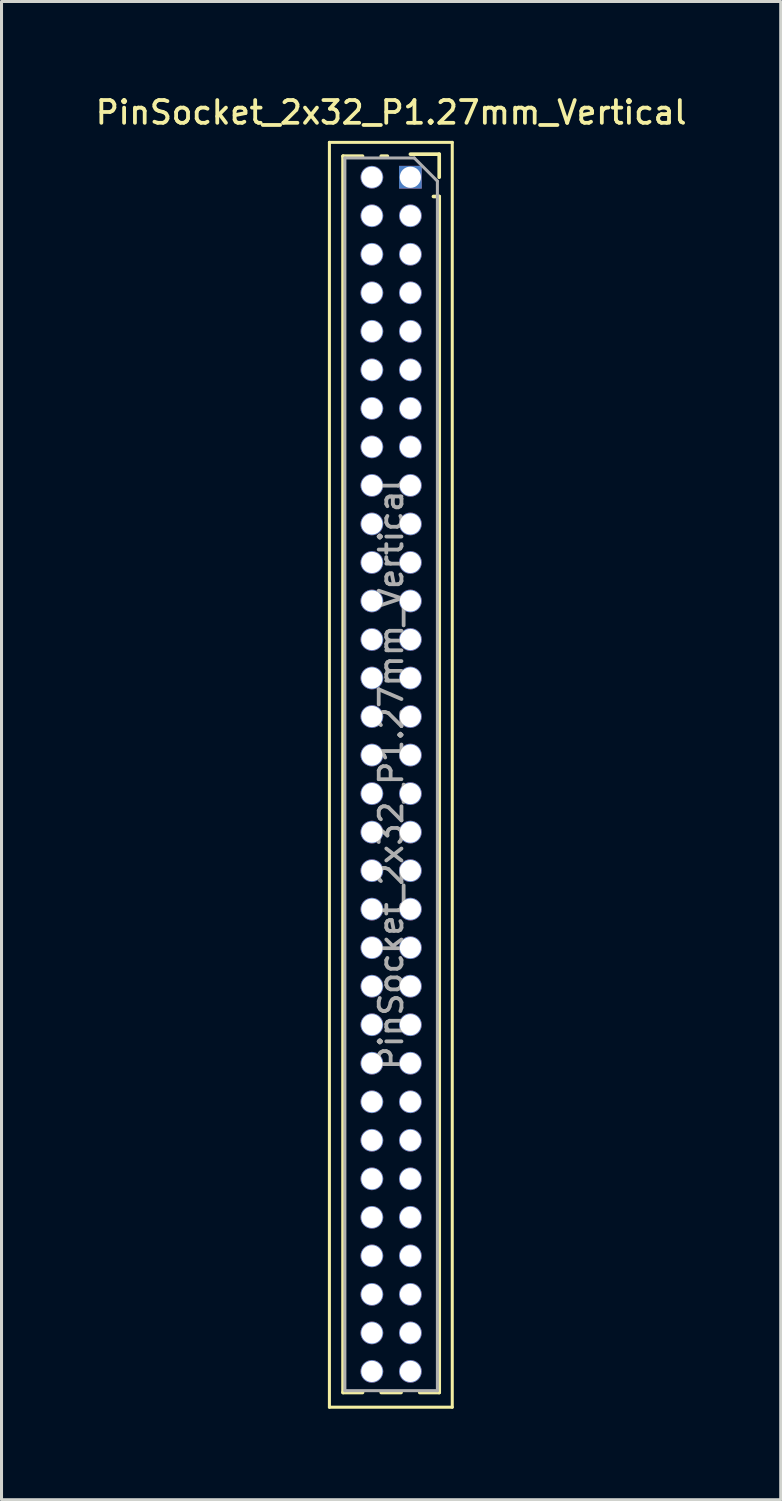
<source format=kicad_pcb>
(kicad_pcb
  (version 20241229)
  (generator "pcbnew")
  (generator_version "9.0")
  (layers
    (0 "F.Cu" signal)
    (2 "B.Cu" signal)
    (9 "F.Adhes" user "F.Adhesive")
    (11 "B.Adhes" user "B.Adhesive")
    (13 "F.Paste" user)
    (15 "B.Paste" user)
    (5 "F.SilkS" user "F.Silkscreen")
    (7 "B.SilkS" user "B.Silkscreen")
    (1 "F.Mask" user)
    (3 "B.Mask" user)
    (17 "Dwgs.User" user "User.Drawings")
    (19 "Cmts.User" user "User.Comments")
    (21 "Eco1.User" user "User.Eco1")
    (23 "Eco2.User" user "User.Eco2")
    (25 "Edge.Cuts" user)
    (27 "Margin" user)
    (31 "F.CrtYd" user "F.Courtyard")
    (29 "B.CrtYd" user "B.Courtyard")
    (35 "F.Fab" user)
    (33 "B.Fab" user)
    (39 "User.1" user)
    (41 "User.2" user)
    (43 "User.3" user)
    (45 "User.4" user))
  (footprint "PinSocket_2x32_P1.27mm_Vertical"
    (layer "F.Cu")
    (at 10.48 2.793)
    (property "Reference" "PinSocket_2x32_P1.27mm_Vertical" (at -0.635 -2.135 0) (layer "F.SilkS") (effects (font (size 0.75 0.75) (thickness 0.125))))
    (attr through_hole)
    (fp_line (start -2.67 -1.15) (end 1.38 -1.15) (stroke (width 0.1) (type solid)) (layer "F.SilkS"))
    (fp_line (start -2.67 40.55) (end -2.67 -1.15) (stroke (width 0.1) (type solid)) (layer "F.SilkS"))
    (fp_line (start -2.22 -0.695) (end -2.22 40.065) (stroke (width 0.12) (type solid)) (layer "F.SilkS"))
    (fp_line (start -2.22 -0.695) (end -1.578 -0.695) (stroke (width 0.12) (type solid)) (layer "F.SilkS"))
    (fp_line (start -2.22 40.065) (end -1.578 40.065) (stroke (width 0.12) (type solid)) (layer "F.SilkS"))
    (fp_line (start -0.962 -0.695) (end -0.76 -0.695) (stroke (width 0.12) (type solid)) (layer "F.SilkS"))
    (fp_line (start -0.962 40.065) (end -0.308 40.065) (stroke (width 0.12) (type solid)) (layer "F.SilkS"))
    (fp_line (start 0 -0.76) (end 0.95 -0.76) (stroke (width 0.12) (type solid)) (layer "F.SilkS"))
    (fp_line (start 0.308 40.065) (end 0.95 40.065) (stroke (width 0.12) (type solid)) (layer "F.SilkS"))
    (fp_line (start 0.76 0.635) (end 0.95 0.635) (stroke (width 0.12) (type solid)) (layer "F.SilkS"))
    (fp_line (start 0.95 -0.76) (end 0.95 0) (stroke (width 0.12) (type solid)) (layer "F.SilkS"))
    (fp_line (start 0.95 0.635) (end 0.95 40.065) (stroke (width 0.12) (type solid)) (layer "F.SilkS"))
    (fp_line (start 1.38 -1.15) (end 1.38 40.55) (stroke (width 0.1) (type solid)) (layer "F.SilkS"))
    (fp_line (start 1.38 40.55) (end -2.67 40.55) (stroke (width 0.1) (type solid)) (layer "F.SilkS"))
    (fp_line (start -2.16 -0.635) (end 0.128 -0.635) (stroke (width 0.1) (type solid)) (layer "F.Fab"))
    (fp_line (start -2.16 40.005) (end -2.16 -0.635) (stroke (width 0.1) (type solid)) (layer "F.Fab"))
    (fp_line (start 0.128 -0.635) (end 0.89 0.128) (stroke (width 0.1) (type solid)) (layer "F.Fab"))
    (fp_line (start 0.89 0.128) (end 0.89 40.005) (stroke (width 0.1) (type solid)) (layer "F.Fab"))
    (fp_line (start 0.89 40.005) (end -2.16 40.005) (stroke (width 0.1) (type solid)) (layer "F.Fab"))
    (fp_text user "${REFERENCE}" (at -0.635 19.685 90) (layer "F.Fab") (effects (font (size 0.75 0.75) (thickness 0.125))))
    (pad "1" thru_hole rect (at 0 0) (size 0.75 0.75) (drill 0.7) (layers "*.Cu" "*.Mask"))
    (pad "2" thru_hole oval (at -1.27 0) (size 0.75 0.75) (drill 0.7) (layers "*.Cu" "*.Mask"))
    (pad "3" thru_hole oval (at 0 1.27) (size 0.75 0.75) (drill 0.7) (layers "*.Cu" "*.Mask"))
    (pad "4" thru_hole oval (at -1.27 1.27) (size 0.75 0.75) (drill 0.7) (layers "*.Cu" "*.Mask"))
    (pad "5" thru_hole oval (at 0 2.54) (size 0.75 0.75) (drill 0.7) (layers "*.Cu" "*.Mask"))
    (pad "6" thru_hole oval (at -1.27 2.54) (size 0.75 0.75) (drill 0.7) (layers "*.Cu" "*.Mask"))
    (pad "7" thru_hole oval (at 0 3.81) (size 0.75 0.75) (drill 0.7) (layers "*.Cu" "*.Mask"))
    (pad "8" thru_hole oval (at -1.27 3.81) (size 0.75 0.75) (drill 0.7) (layers "*.Cu" "*.Mask"))
    (pad "9" thru_hole oval (at 0 5.08) (size 0.75 0.75) (drill 0.7) (layers "*.Cu" "*.Mask"))
    (pad "10" thru_hole oval (at -1.27 5.08) (size 0.75 0.75) (drill 0.7) (layers "*.Cu" "*.Mask"))
    (pad "11" thru_hole oval (at 0 6.35) (size 0.75 0.75) (drill 0.7) (layers "*.Cu" "*.Mask"))
    (pad "12" thru_hole oval (at -1.27 6.35) (size 0.75 0.75) (drill 0.7) (layers "*.Cu" "*.Mask"))
    (pad "13" thru_hole oval (at 0 7.62) (size 0.75 0.75) (drill 0.7) (layers "*.Cu" "*.Mask"))
    (pad "14" thru_hole oval (at -1.27 7.62) (size 0.75 0.75) (drill 0.7) (layers "*.Cu" "*.Mask"))
    (pad "15" thru_hole oval (at 0 8.89) (size 0.75 0.75) (drill 0.7) (layers "*.Cu" "*.Mask"))
    (pad "16" thru_hole oval (at -1.27 8.89) (size 0.75 0.75) (drill 0.7) (layers "*.Cu" "*.Mask"))
    (pad "17" thru_hole oval (at 0 10.16) (size 0.75 0.75) (drill 0.7) (layers "*.Cu" "*.Mask"))
    (pad "18" thru_hole oval (at -1.27 10.16) (size 0.75 0.75) (drill 0.7) (layers "*.Cu" "*.Mask"))
    (pad "19" thru_hole oval (at 0 11.43) (size 0.75 0.75) (drill 0.7) (layers "*.Cu" "*.Mask"))
    (pad "20" thru_hole oval (at -1.27 11.43) (size 0.75 0.75) (drill 0.7) (layers "*.Cu" "*.Mask"))
    (pad "21" thru_hole oval (at 0 12.7) (size 0.75 0.75) (drill 0.7) (layers "*.Cu" "*.Mask"))
    (pad "22" thru_hole oval (at -1.27 12.7) (size 0.75 0.75) (drill 0.7) (layers "*.Cu" "*.Mask"))
    (pad "23" thru_hole oval (at 0 13.97) (size 0.75 0.75) (drill 0.7) (layers "*.Cu" "*.Mask"))
    (pad "24" thru_hole oval (at -1.27 13.97) (size 0.75 0.75) (drill 0.7) (layers "*.Cu" "*.Mask"))
    (pad "25" thru_hole oval (at 0 15.24) (size 0.75 0.75) (drill 0.7) (layers "*.Cu" "*.Mask"))
    (pad "26" thru_hole oval (at -1.27 15.24) (size 0.75 0.75) (drill 0.7) (layers "*.Cu" "*.Mask"))
    (pad "27" thru_hole oval (at 0 16.51) (size 0.75 0.75) (drill 0.7) (layers "*.Cu" "*.Mask"))
    (pad "28" thru_hole oval (at -1.27 16.51) (size 0.75 0.75) (drill 0.7) (layers "*.Cu" "*.Mask"))
    (pad "29" thru_hole oval (at 0 17.78) (size 0.75 0.75) (drill 0.7) (layers "*.Cu" "*.Mask"))
    (pad "30" thru_hole oval (at -1.27 17.78) (size 0.75 0.75) (drill 0.7) (layers "*.Cu" "*.Mask"))
    (pad "31" thru_hole oval (at 0 19.05) (size 0.75 0.75) (drill 0.7) (layers "*.Cu" "*.Mask"))
    (pad "32" thru_hole oval (at -1.27 19.05) (size 0.75 0.75) (drill 0.7) (layers "*.Cu" "*.Mask"))
    (pad "33" thru_hole oval (at 0 20.32) (size 0.75 0.75) (drill 0.7) (layers "*.Cu" "*.Mask"))
    (pad "34" thru_hole oval (at -1.27 20.32) (size 0.75 0.75) (drill 0.7) (layers "*.Cu" "*.Mask"))
    (pad "35" thru_hole oval (at 0 21.59) (size 0.75 0.75) (drill 0.7) (layers "*.Cu" "*.Mask"))
    (pad "36" thru_hole oval (at -1.27 21.59) (size 0.75 0.75) (drill 0.7) (layers "*.Cu" "*.Mask"))
    (pad "37" thru_hole oval (at 0 22.86) (size 0.75 0.75) (drill 0.7) (layers "*.Cu" "*.Mask"))
    (pad "38" thru_hole oval (at -1.27 22.86) (size 0.75 0.75) (drill 0.7) (layers "*.Cu" "*.Mask"))
    (pad "39" thru_hole oval (at 0 24.13) (size 0.75 0.75) (drill 0.7) (layers "*.Cu" "*.Mask"))
    (pad "40" thru_hole oval (at -1.27 24.13) (size 0.75 0.75) (drill 0.7) (layers "*.Cu" "*.Mask"))
    (pad "41" thru_hole oval (at 0 25.4) (size 0.75 0.75) (drill 0.7) (layers "*.Cu" "*.Mask"))
    (pad "42" thru_hole oval (at -1.27 25.4) (size 0.75 0.75) (drill 0.7) (layers "*.Cu" "*.Mask"))
    (pad "43" thru_hole oval (at 0 26.67) (size 0.75 0.75) (drill 0.7) (layers "*.Cu" "*.Mask"))
    (pad "44" thru_hole oval (at -1.27 26.67) (size 0.75 0.75) (drill 0.7) (layers "*.Cu" "*.Mask"))
    (pad "45" thru_hole oval (at 0 27.94) (size 0.75 0.75) (drill 0.7) (layers "*.Cu" "*.Mask"))
    (pad "46" thru_hole oval (at -1.27 27.94) (size 0.75 0.75) (drill 0.7) (layers "*.Cu" "*.Mask"))
    (pad "47" thru_hole oval (at 0 29.21) (size 0.75 0.75) (drill 0.7) (layers "*.Cu" "*.Mask"))
    (pad "48" thru_hole oval (at -1.27 29.21) (size 0.75 0.75) (drill 0.7) (layers "*.Cu" "*.Mask"))
    (pad "49" thru_hole oval (at 0 30.48) (size 0.75 0.75) (drill 0.7) (layers "*.Cu" "*.Mask"))
    (pad "50" thru_hole oval (at -1.27 30.48) (size 0.75 0.75) (drill 0.7) (layers "*.Cu" "*.Mask"))
    (pad "51" thru_hole oval (at 0 31.75) (size 0.75 0.75) (drill 0.7) (layers "*.Cu" "*.Mask"))
    (pad "52" thru_hole oval (at -1.27 31.75) (size 0.75 0.75) (drill 0.7) (layers "*.Cu" "*.Mask"))
    (pad "53" thru_hole oval (at 0 33.02) (size 0.75 0.75) (drill 0.7) (layers "*.Cu" "*.Mask"))
    (pad "54" thru_hole oval (at -1.27 33.02) (size 0.75 0.75) (drill 0.7) (layers "*.Cu" "*.Mask"))
    (pad "55" thru_hole oval (at 0 34.29) (size 0.75 0.75) (drill 0.7) (layers "*.Cu" "*.Mask"))
    (pad "56" thru_hole oval (at -1.27 34.29) (size 0.75 0.75) (drill 0.7) (layers "*.Cu" "*.Mask"))
    (pad "57" thru_hole oval (at 0 35.56) (size 0.75 0.75) (drill 0.7) (layers "*.Cu" "*.Mask"))
    (pad "58" thru_hole oval (at -1.27 35.56) (size 0.75 0.75) (drill 0.7) (layers "*.Cu" "*.Mask"))
    (pad "59" thru_hole oval (at 0 36.83) (size 0.75 0.75) (drill 0.7) (layers "*.Cu" "*.Mask"))
    (pad "60" thru_hole oval (at -1.27 36.83) (size 0.75 0.75) (drill 0.7) (layers "*.Cu" "*.Mask"))
    (pad "61" thru_hole oval (at 0 38.1) (size 0.75 0.75) (drill 0.7) (layers "*.Cu" "*.Mask"))
    (pad "62" thru_hole oval (at -1.27 38.1) (size 0.75 0.75) (drill 0.7) (layers "*.Cu" "*.Mask"))
    (pad "63" thru_hole oval (at 0 39.37) (size 0.75 0.75) (drill 0.7) (layers "*.Cu" "*.Mask"))
    (pad "64" thru_hole oval (at -1.27 39.37) (size 0.75 0.75) (drill 0.7) (layers "*.Cu" "*.Mask")))
  (gr_rect
    (start -3 -3)
    (end 22.689 46.393)
    (stroke (width 0.1) (type default))
    (fill no)
    (layer "Edge.Cuts")))
</source>
